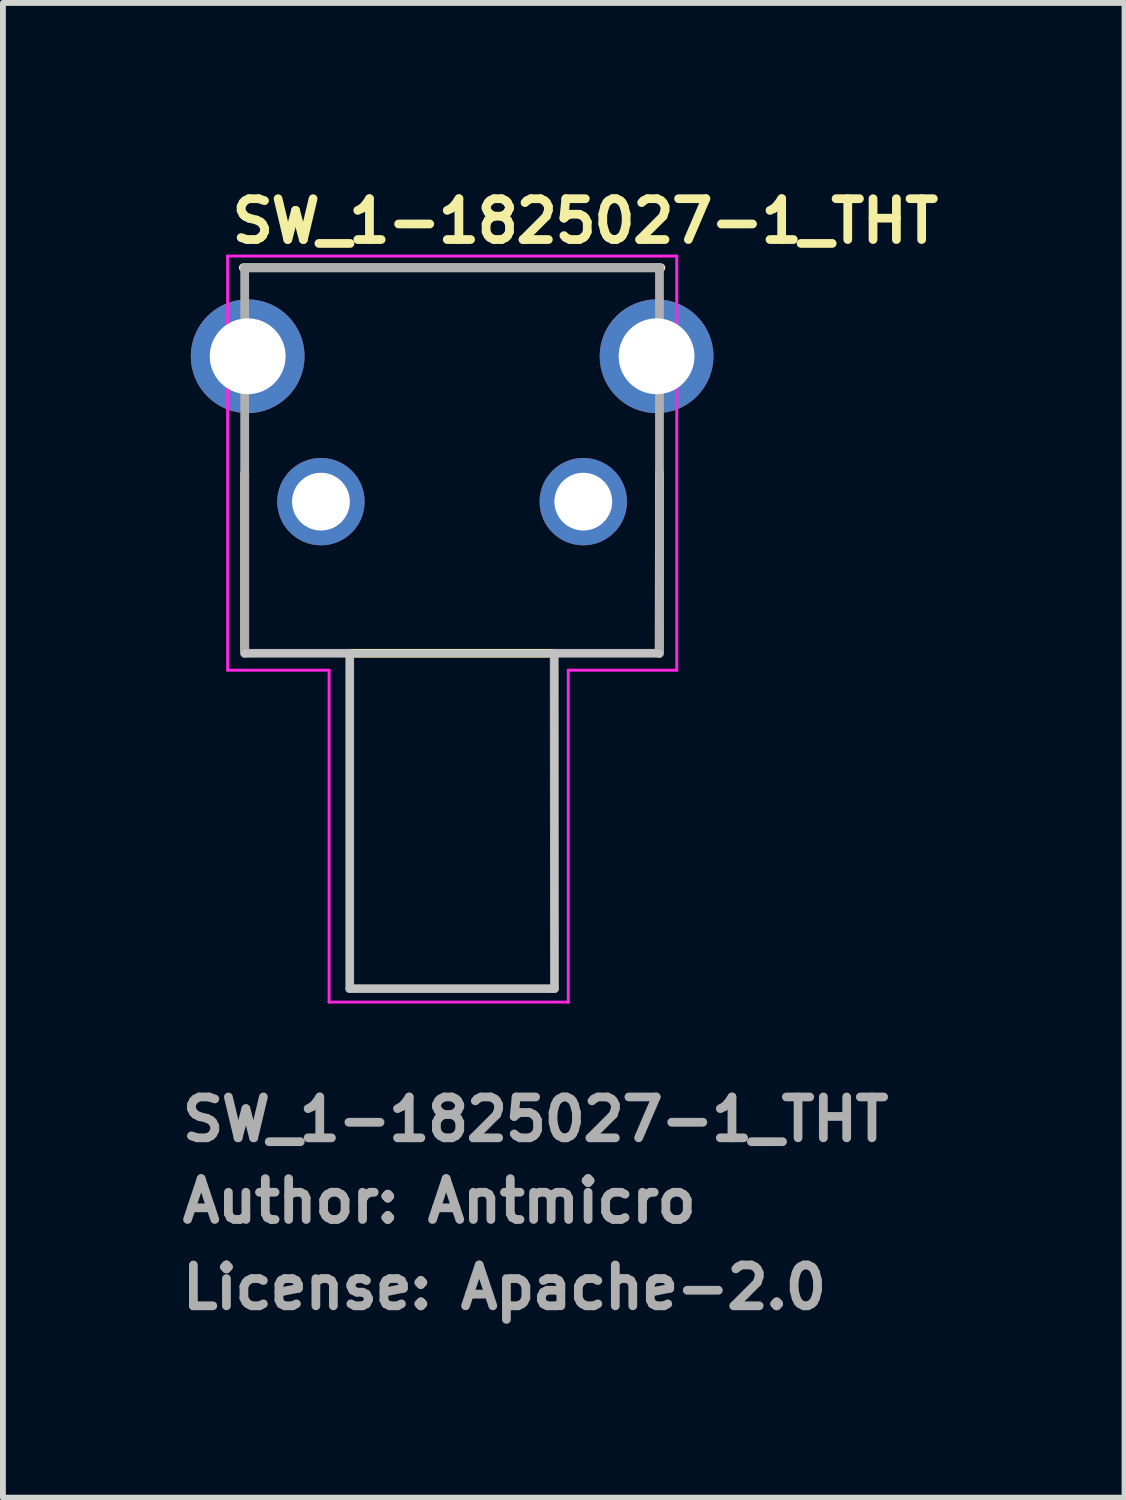
<source format=kicad_pcb>
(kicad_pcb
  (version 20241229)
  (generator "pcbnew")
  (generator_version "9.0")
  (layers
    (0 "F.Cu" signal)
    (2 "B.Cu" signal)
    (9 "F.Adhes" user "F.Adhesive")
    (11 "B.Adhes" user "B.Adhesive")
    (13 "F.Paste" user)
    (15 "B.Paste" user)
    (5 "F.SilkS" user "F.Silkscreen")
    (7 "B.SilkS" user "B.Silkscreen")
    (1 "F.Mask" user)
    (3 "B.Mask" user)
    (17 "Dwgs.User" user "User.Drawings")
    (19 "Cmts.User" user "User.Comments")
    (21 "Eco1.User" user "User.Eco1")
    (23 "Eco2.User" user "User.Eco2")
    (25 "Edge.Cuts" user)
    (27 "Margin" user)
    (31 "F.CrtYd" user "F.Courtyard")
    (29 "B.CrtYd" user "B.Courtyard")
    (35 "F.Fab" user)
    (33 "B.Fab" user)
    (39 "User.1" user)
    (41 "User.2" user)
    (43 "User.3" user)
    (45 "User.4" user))
  (footprint "SW_1-1825027-1_THT"
    (layer "F.Cu")
    (at 2.452 5.55)
    (property "Reference" "SW_1-1825027-1_THT" (at -1.6 -4.4 0) (layer "F.SilkS") (effects (font (size 0.7 0.7) (thickness 0.15)) (justify left bottom)))
    (attr through_hole)
    (fp_line (start -1.331 -4.01) (end 5.828 -4.01) (stroke (width 0.15) (type solid)) (layer "F.SilkS"))
    (fp_line (start -1.307 2.548) (end -1.307 -0.485) (stroke (width 0.15) (type solid)) (layer "F.SilkS"))
    (fp_line (start 4.004 2.6) (end 0.494 2.6) (stroke (width 0.15) (type solid)) (layer "F.SilkS"))
    (fp_line (start 5.804 -0.5) (end 5.799 2.6) (stroke (width 0.15) (type solid)) (layer "F.SilkS"))
    (fp_line (start 0.494 2.6) (end -1.307 2.6) (stroke (width 0.127) (type solid)) (layer "Dwgs.User"))
    (fp_line (start 0.494 2.6) (end 0.494 8.349) (stroke (width 0.127) (type solid)) (layer "Dwgs.User"))
    (fp_line (start 0.494 8.349) (end 4.004 8.349) (stroke (width 0.127) (type solid)) (layer "Dwgs.User"))
    (fp_line (start 4.004 2.6) (end 0.494 2.6) (stroke (width 0.127) (type solid)) (layer "Dwgs.User"))
    (fp_line (start 4.004 8.349) (end 4.004 2.6) (stroke (width 0.127) (type solid)) (layer "Dwgs.User"))
    (fp_line (start 5.799 2.6) (end 3.999 2.6) (stroke (width 0.127) (type solid)) (layer "Dwgs.User"))
    (fp_line (start -1.6 -4.21) (end -1.6 2.89) (stroke (width 0.05) (type solid)) (layer "F.CrtYd"))
    (fp_line (start -1.6 2.89) (end 0.14 2.89) (stroke (width 0.05) (type solid)) (layer "F.CrtYd"))
    (fp_line (start 0.14 2.89) (end 0.14 8.58) (stroke (width 0.05) (type solid)) (layer "F.CrtYd"))
    (fp_line (start 0.14 8.58) (end 4.24 8.58) (stroke (width 0.05) (type solid)) (layer "F.CrtYd"))
    (fp_line (start 4.24 2.89) (end 6.1 2.89) (stroke (width 0.05) (type solid)) (layer "F.CrtYd"))
    (fp_line (start 4.24 8.58) (end 4.24 2.89) (stroke (width 0.05) (type solid)) (layer "F.CrtYd"))
    (fp_line (start 6.1 -4.21) (end -1.6 -4.21) (stroke (width 0.05) (type solid)) (layer "F.CrtYd"))
    (fp_line (start 6.1 2.89) (end 6.1 -4.21) (stroke (width 0.05) (type solid)) (layer "F.CrtYd"))
    (fp_line (start -1.307 -4.01) (end 5.804 -4.01) (stroke (width 0.15) (type solid)) (layer "F.Fab"))
    (fp_line (start -1.307 2.6) (end -1.307 -4.01) (stroke (width 0.15) (type solid)) (layer "F.Fab"))
    (fp_line (start 0.494 2.6) (end -1.307 2.6) (stroke (width 0.15) (type solid)) (layer "F.Fab"))
    (fp_line (start 0.494 2.6) (end 0.494 8.349) (stroke (width 0.15) (type solid)) (layer "F.Fab"))
    (fp_line (start 0.494 8.349) (end 4.004 8.349) (stroke (width 0.15) (type solid)) (layer "F.Fab"))
    (fp_line (start 4.004 8.349) (end 3.999 2.6) (stroke (width 0.15) (type solid)) (layer "F.Fab"))
    (fp_line (start 5.799 2.6) (end 3.999 2.6) (stroke (width 0.15) (type solid)) (layer "F.Fab"))
    (fp_line (start 5.804 -4.01) (end 5.804 2.6) (stroke (width 0.15) (type solid)) (layer "F.Fab"))
    (fp_rect (start -1.954 -4.02) (end 6.453 8.351) (stroke (width 0.1) (type solid)) (fill no) (layer "User.5"))
    (fp_line (start -1.954 -2.991) (end -1.954 -2) (stroke (width 0.02) (type solid)) (layer "User.9"))
    (fp_line (start -1.954 -2.991) (end -1.861 -2.991) (stroke (width 0.02) (type solid)) (layer "User.9"))
    (fp_line (start -1.954 -2) (end -1.861 -2) (stroke (width 0.02) (type solid)) (layer "User.9"))
    (fp_line (start -1.911 -2.991) (end -1.861 -2.991) (stroke (width 0.02) (type solid)) (layer "User.9"))
    (fp_line (start -1.911 -2) (end -1.861 -2) (stroke (width 0.02) (type solid)) (layer "User.9"))
    (fp_line (start -1.861 -2.991) (end -1.329 -2.991) (stroke (width 0.02) (type solid)) (layer "User.9"))
    (fp_line (start -1.861 -2) (end -1.329 -2) (stroke (width 0.02) (type solid)) (layer "User.9"))
    (fp_line (start -1.329 -2.991) (end -1.307 -2.991) (stroke (width 0.02) (type solid)) (layer "User.9"))
    (fp_line (start -1.329 -2) (end -1.307 -2) (stroke (width 0.02) (type solid)) (layer "User.9"))
    (fp_line (start -1.307 -4.02) (end -1.307 -2.672) (stroke (width 0.02) (type solid)) (layer "User.9"))
    (fp_line (start -1.307 -2.672) (end -1.307 -1.073) (stroke (width 0.02) (type solid)) (layer "User.9"))
    (fp_line (start -1.307 -1.073) (end -1.307 -0.566) (stroke (width 0.02) (type solid)) (layer "User.9"))
    (fp_line (start -1.307 -0.591) (end -1.307 -0.566) (stroke (width 0.02) (type solid)) (layer "User.9"))
    (fp_line (start -1.307 2.152) (end -1.307 -0.566) (stroke (width 0.02) (type solid)) (layer "User.9"))
    (fp_line (start -1.307 2.152) (end -1.307 2.175) (stroke (width 0.02) (type solid)) (layer "User.9"))
    (fp_line (start -1.307 2.175) (end -1.305 2.196) (stroke (width 0.02) (type solid)) (layer "User.9"))
    (fp_line (start -1.305 -0.617) (end -1.307 -0.591) (stroke (width 0.02) (type solid)) (layer "User.9"))
    (fp_line (start -1.305 2.196) (end -1.303 2.217) (stroke (width 0.02) (type solid)) (layer "User.9"))
    (fp_line (start -1.303 2.217) (end -1.299 2.237) (stroke (width 0.02) (type solid)) (layer "User.9"))
    (fp_line (start -1.301 -0.643) (end -1.305 -0.617) (stroke (width 0.02) (type solid)) (layer "User.9"))
    (fp_line (start -1.299 2.237) (end -1.295 2.258) (stroke (width 0.02) (type solid)) (layer "User.9"))
    (fp_line (start -1.297 -0.668) (end -1.301 -0.643) (stroke (width 0.02) (type solid)) (layer "User.9"))
    (fp_line (start -1.295 2.258) (end -1.289 2.278) (stroke (width 0.02) (type solid)) (layer "User.9"))
    (fp_line (start -1.291 -0.693) (end -1.297 -0.668) (stroke (width 0.02) (type solid)) (layer "User.9"))
    (fp_line (start -1.289 2.278) (end -1.283 2.298) (stroke (width 0.02) (type solid)) (layer "User.9"))
    (fp_line (start -1.285 -0.716) (end -1.291 -0.693) (stroke (width 0.02) (type solid)) (layer "User.9"))
    (fp_line (start -1.283 2.298) (end -1.276 2.318) (stroke (width 0.02) (type solid)) (layer "User.9"))
    (fp_line (start -1.276 -0.739) (end -1.285 -0.716) (stroke (width 0.02) (type solid)) (layer "User.9"))
    (fp_line (start -1.276 2.318) (end -1.268 2.338) (stroke (width 0.02) (type solid)) (layer "User.9"))
    (fp_line (start -1.268 -0.762) (end -1.276 -0.739) (stroke (width 0.02) (type solid)) (layer "User.9"))
    (fp_line (start -1.268 2.338) (end -1.26 2.355) (stroke (width 0.02) (type solid)) (layer "User.9"))
    (fp_line (start -1.26 2.355) (end -1.25 2.374) (stroke (width 0.02) (type solid)) (layer "User.9"))
    (fp_line (start -1.256 -0.786) (end -1.268 -0.762) (stroke (width 0.02) (type solid)) (layer "User.9"))
    (fp_line (start -1.25 2.374) (end -1.24 2.391) (stroke (width 0.02) (type solid)) (layer "User.9"))
    (fp_line (start -1.246 -0.808) (end -1.256 -0.786) (stroke (width 0.02) (type solid)) (layer "User.9"))
    (fp_line (start -1.24 2.391) (end -1.228 2.41) (stroke (width 0.02) (type solid)) (layer "User.9"))
    (fp_line (start -1.234 -0.829) (end -1.246 -0.808) (stroke (width 0.02) (type solid)) (layer "User.9"))
    (fp_line (start -1.228 2.41) (end -1.216 2.426) (stroke (width 0.02) (type solid)) (layer "User.9"))
    (fp_line (start -1.22 -0.849) (end -1.234 -0.829) (stroke (width 0.02) (type solid)) (layer "User.9"))
    (fp_line (start -1.216 2.426) (end -1.204 2.442) (stroke (width 0.02) (type solid)) (layer "User.9"))
    (fp_line (start -1.206 -0.869) (end -1.22 -0.849) (stroke (width 0.02) (type solid)) (layer "User.9"))
    (fp_line (start -1.204 2.442) (end -1.19 2.458) (stroke (width 0.02) (type solid)) (layer "User.9"))
    (fp_line (start -1.19 -0.888) (end -1.206 -0.869) (stroke (width 0.02) (type solid)) (layer "User.9"))
    (fp_line (start -1.19 2.458) (end -1.176 2.472) (stroke (width 0.02) (type solid)) (layer "User.9"))
    (fp_line (start -1.176 -0.907) (end -1.19 -0.888) (stroke (width 0.02) (type solid)) (layer "User.9"))
    (fp_line (start -1.176 2.472) (end -1.162 2.487) (stroke (width 0.02) (type solid)) (layer "User.9"))
    (fp_line (start -1.162 2.487) (end -1.147 2.5) (stroke (width 0.02) (type solid)) (layer "User.9"))
    (fp_line (start -1.158 -0.925) (end -1.176 -0.907) (stroke (width 0.02) (type solid)) (layer "User.9"))
    (fp_line (start -1.147 2.5) (end -1.131 2.514) (stroke (width 0.02) (type solid)) (layer "User.9"))
    (fp_line (start -1.141 -0.942) (end -1.158 -0.925) (stroke (width 0.02) (type solid)) (layer "User.9"))
    (fp_line (start -1.131 2.514) (end -1.115 2.526) (stroke (width 0.02) (type solid)) (layer "User.9"))
    (fp_line (start -1.123 -0.958) (end -1.141 -0.942) (stroke (width 0.02) (type solid)) (layer "User.9"))
    (fp_line (start -1.115 2.526) (end -1.097 2.538) (stroke (width 0.02) (type solid)) (layer "User.9"))
    (fp_line (start -1.103 -0.972) (end -1.123 -0.958) (stroke (width 0.02) (type solid)) (layer "User.9"))
    (fp_line (start -1.097 2.538) (end -1.079 2.547) (stroke (width 0.02) (type solid)) (layer "User.9"))
    (fp_line (start -1.083 -0.986) (end -1.103 -0.972) (stroke (width 0.02) (type solid)) (layer "User.9"))
    (fp_line (start -1.079 2.547) (end -1.061 2.558) (stroke (width 0.02) (type solid)) (layer "User.9"))
    (fp_line (start -1.063 -0.999) (end -1.083 -0.986) (stroke (width 0.02) (type solid)) (layer "User.9"))
    (fp_line (start -1.061 2.558) (end -1.043 2.568) (stroke (width 0.02) (type solid)) (layer "User.9"))
    (fp_line (start -1.043 2.568) (end -1.024 2.576) (stroke (width 0.02) (type solid)) (layer "User.9"))
    (fp_line (start -1.041 -1.012) (end -1.063 -0.999) (stroke (width 0.02) (type solid)) (layer "User.9"))
    (fp_line (start -1.024 2.576) (end -1.004 2.583) (stroke (width 0.02) (type solid)) (layer "User.9"))
    (fp_line (start -1.02 -1.024) (end -1.041 -1.012) (stroke (width 0.02) (type solid)) (layer "User.9"))
    (fp_line (start -1.004 2.583) (end -0.984 2.589) (stroke (width 0.02) (type solid)) (layer "User.9"))
    (fp_line (start -0.996 -1.033) (end -1.02 -1.024) (stroke (width 0.02) (type solid)) (layer "User.9"))
    (fp_line (start -0.984 2.589) (end -0.964 2.596) (stroke (width 0.02) (type solid)) (layer "User.9"))
    (fp_line (start -0.973 -1.043) (end -0.996 -1.033) (stroke (width 0.02) (type solid)) (layer "User.9"))
    (fp_line (start -0.964 2.596) (end -0.944 2.6) (stroke (width 0.02) (type solid)) (layer "User.9"))
    (fp_line (start -0.951 -1.051) (end -0.973 -1.043) (stroke (width 0.02) (type solid)) (layer "User.9"))
    (fp_line (start -0.944 2.6) (end -0.923 2.604) (stroke (width 0.02) (type solid)) (layer "User.9"))
    (fp_line (start -0.926 -1.057) (end -0.951 -1.051) (stroke (width 0.02) (type solid)) (layer "User.9"))
    (fp_line (start -0.923 2.604) (end -0.901 2.607) (stroke (width 0.02) (type solid)) (layer "User.9"))
    (fp_line (start -0.902 -1.063) (end -0.926 -1.057) (stroke (width 0.02) (type solid)) (layer "User.9"))
    (fp_line (start -0.901 -4.02) (end -1.307 -4.02) (stroke (width 0.02) (type solid)) (layer "User.9"))
    (fp_line (start -0.901 -4.02) (end -0.901 -2.672) (stroke (width 0.02) (type solid)) (layer "User.9"))
    (fp_line (start -0.901 -2.672) (end -1.307 -2.672) (stroke (width 0.02) (type solid)) (layer "User.9"))
    (fp_line (start -0.901 -2.672) (end -0.901 -1.073) (stroke (width 0.02) (type solid)) (layer "User.9"))
    (fp_line (start -0.901 -1.073) (end -0.901 -1.063) (stroke (width 0.02) (type solid)) (layer "User.9"))
    (fp_line (start -0.901 -0.576) (end -0.901 -0.571) (stroke (width 0.02) (type solid)) (layer "User.9"))
    (fp_line (start -0.901 -0.571) (end -0.901 -0.566) (stroke (width 0.02) (type solid)) (layer "User.9"))
    (fp_line (start -0.901 -0.566) (end -0.898 -0.59) (stroke (width 0.02) (type solid)) (layer "User.9"))
    (fp_line (start -0.901 2.152) (end -0.901 -0.566) (stroke (width 0.02) (type solid)) (layer "User.9"))
    (fp_line (start -0.901 2.152) (end -0.901 2.156) (stroke (width 0.02) (type solid)) (layer "User.9"))
    (fp_line (start -0.901 2.155) (end -0.901 2.152) (stroke (width 0.02) (type solid)) (layer "User.9"))
    (fp_line (start -0.901 2.156) (end -0.901 2.155) (stroke (width 0.02) (type solid)) (layer "User.9"))
    (fp_line (start -0.901 2.156) (end -0.901 2.156) (stroke (width 0.02) (type solid)) (layer "User.9"))
    (fp_line (start -0.901 2.156) (end -0.901 2.157) (stroke (width 0.02) (type solid)) (layer "User.9"))
    (fp_line (start -0.901 2.157) (end -0.901 2.16) (stroke (width 0.02) (type solid)) (layer "User.9"))
    (fp_line (start -0.901 2.159) (end -0.901 2.156) (stroke (width 0.02) (type solid)) (layer "User.9"))
    (fp_line (start -0.901 2.16) (end -0.901 2.159) (stroke (width 0.02) (type solid)) (layer "User.9"))
    (fp_line (start -0.901 2.16) (end -0.9 2.163) (stroke (width 0.02) (type solid)) (layer "User.9"))
    (fp_line (start -0.901 2.607) (end -0.849 2.609) (stroke (width 0.02) (type solid)) (layer "User.9"))
    (fp_line (start -0.9 -0.58) (end -0.901 -0.576) (stroke (width 0.02) (type solid)) (layer "User.9"))
    (fp_line (start -0.9 2.161) (end -0.901 2.16) (stroke (width 0.02) (type solid)) (layer "User.9"))
    (fp_line (start -0.9 2.163) (end -0.9 2.161) (stroke (width 0.02) (type solid)) (layer "User.9"))
    (fp_line (start -0.9 2.163) (end -0.9 2.165) (stroke (width 0.02) (type solid)) (layer "User.9"))
    (fp_line (start -0.9 2.164) (end -0.9 2.163) (stroke (width 0.02) (type solid)) (layer "User.9"))
    (fp_line (start -0.9 2.165) (end -0.899 2.168) (stroke (width 0.02) (type solid)) (layer "User.9"))
    (fp_line (start -0.899 -0.585) (end -0.9 -0.58) (stroke (width 0.02) (type solid)) (layer "User.9"))
    (fp_line (start -0.899 2.165) (end -0.9 2.164) (stroke (width 0.02) (type solid)) (layer "User.9"))
    (fp_line (start -0.899 2.167) (end -0.899 2.165) (stroke (width 0.02) (type solid)) (layer "User.9"))
    (fp_line (start -0.899 2.168) (end -0.899 2.167) (stroke (width 0.02) (type solid)) (layer "User.9"))
    (fp_line (start -0.899 2.168) (end -0.898 2.169) (stroke (width 0.02) (type solid)) (layer "User.9"))
    (fp_line (start -0.898 -0.59) (end -0.899 -0.585) (stroke (width 0.02) (type solid)) (layer "User.9"))
    (fp_line (start -0.898 2.169) (end -0.899 2.168) (stroke (width 0.02) (type solid)) (layer "User.9"))
    (fp_line (start -0.898 2.169) (end -0.896 2.172) (stroke (width 0.02) (type solid)) (layer "User.9"))
    (fp_line (start -0.898 2.171) (end -0.898 2.169) (stroke (width 0.02) (type solid)) (layer "User.9"))
    (fp_line (start -0.896 -0.595) (end -0.898 -0.59) (stroke (width 0.02) (type solid)) (layer "User.9"))
    (fp_line (start -0.896 2.172) (end -0.898 2.171) (stroke (width 0.02) (type solid)) (layer "User.9"))
    (fp_line (start -0.896 2.172) (end -0.895 2.175) (stroke (width 0.02) (type solid)) (layer "User.9"))
    (fp_line (start -0.896 2.173) (end -0.896 2.172) (stroke (width 0.02) (type solid)) (layer "User.9"))
    (fp_line (start -0.895 2.175) (end -0.894 2.177) (stroke (width 0.02) (type solid)) (layer "User.9"))
    (fp_line (start -0.895 2.176) (end -0.896 2.173) (stroke (width 0.02) (type solid)) (layer "User.9"))
    (fp_line (start -0.894 -0.6) (end -0.896 -0.595) (stroke (width 0.02) (type solid)) (layer "User.9"))
    (fp_line (start -0.894 2.177) (end -0.893 2.178) (stroke (width 0.02) (type solid)) (layer "User.9"))
    (fp_line (start -0.893 2.178) (end -0.891 2.181) (stroke (width 0.02) (type solid)) (layer "User.9"))
    (fp_line (start -0.892 -0.604) (end -0.894 -0.6) (stroke (width 0.02) (type solid)) (layer "User.9"))
    (fp_line (start -0.891 2.181) (end -0.89 2.184) (stroke (width 0.02) (type solid)) (layer "User.9"))
    (fp_line (start -0.89 -0.609) (end -0.892 -0.604) (stroke (width 0.02) (type solid)) (layer "User.9"))
    (fp_line (start -0.89 2.184) (end -0.888 2.185) (stroke (width 0.02) (type solid)) (layer "User.9"))
    (fp_line (start -0.888 -0.613) (end -0.89 -0.609) (stroke (width 0.02) (type solid)) (layer "User.9"))
    (fp_line (start -0.888 2.185) (end -0.887 2.186) (stroke (width 0.02) (type solid)) (layer "User.9"))
    (fp_line (start -0.887 2.186) (end -0.885 2.189) (stroke (width 0.02) (type solid)) (layer "User.9"))
    (fp_line (start -0.885 -0.617) (end -0.888 -0.613) (stroke (width 0.02) (type solid)) (layer "User.9"))
    (fp_line (start -0.885 2.189) (end -0.883 2.19) (stroke (width 0.02) (type solid)) (layer "User.9"))
    (fp_line (start -0.883 -0.622) (end -0.885 -0.617) (stroke (width 0.02) (type solid)) (layer "User.9"))
    (fp_line (start -0.883 2.19) (end -0.881 2.193) (stroke (width 0.02) (type solid)) (layer "User.9"))
    (fp_line (start -0.881 2.193) (end -0.879 2.193) (stroke (width 0.02) (type solid)) (layer "User.9"))
    (fp_line (start -0.88 -0.625) (end -0.883 -0.622) (stroke (width 0.02) (type solid)) (layer "User.9"))
    (fp_line (start -0.879 2.193) (end -0.877 2.196) (stroke (width 0.02) (type solid)) (layer "User.9"))
    (fp_line (start -0.877 -0.629) (end -0.88 -0.625) (stroke (width 0.02) (type solid)) (layer "User.9"))
    (fp_line (start -0.877 2.196) (end -0.878 2.194) (stroke (width 0.02) (type solid)) (layer "User.9"))
    (fp_line (start -0.877 2.196) (end -0.875 2.197) (stroke (width 0.02) (type solid)) (layer "User.9"))
    (fp_line (start -0.876 -1.067) (end -0.902 -1.063) (stroke (width 0.02) (type solid)) (layer "User.9"))
    (fp_line (start -0.875 2.197) (end -0.877 2.196) (stroke (width 0.02) (type solid)) (layer "User.9"))
    (fp_line (start -0.875 2.197) (end -0.873 2.197) (stroke (width 0.02) (type solid)) (layer "User.9"))
    (fp_line (start -0.874 -0.633) (end -0.877 -0.629) (stroke (width 0.02) (type solid)) (layer "User.9"))
    (fp_line (start -0.873 2.197) (end -0.875 2.197) (stroke (width 0.02) (type solid)) (layer "User.9"))
    (fp_line (start -0.873 2.197) (end -0.871 2.198) (stroke (width 0.02) (type solid)) (layer "User.9"))
    (fp_line (start -0.871 2.198) (end -0.873 2.197) (stroke (width 0.02) (type solid)) (layer "User.9"))
    (fp_line (start -0.871 2.198) (end -0.868 2.2) (stroke (width 0.02) (type solid)) (layer "User.9"))
    (fp_line (start -0.87 -0.637) (end -0.874 -0.633) (stroke (width 0.02) (type solid)) (layer "User.9"))
    (fp_line (start -0.87 2.2) (end -0.871 2.198) (stroke (width 0.02) (type solid)) (layer "User.9"))
    (fp_line (start -0.868 2.2) (end -0.87 2.2) (stroke (width 0.02) (type solid)) (layer "User.9"))
    (fp_line (start -0.868 2.2) (end -0.866 2.201) (stroke (width 0.02) (type solid)) (layer "User.9"))
    (fp_line (start -0.867 -0.64) (end -0.87 -0.637) (stroke (width 0.02) (type solid)) (layer "User.9"))
    (fp_line (start -0.866 2.201) (end -0.868 2.2) (stroke (width 0.02) (type solid)) (layer "User.9"))
    (fp_line (start -0.866 2.201) (end -0.864 2.201) (stroke (width 0.02) (type solid)) (layer "User.9"))
    (fp_line (start -0.864 2.201) (end -0.866 2.201) (stroke (width 0.02) (type solid)) (layer "User.9"))
    (fp_line (start -0.864 2.201) (end -0.861 2.202) (stroke (width 0.02) (type solid)) (layer "User.9"))
    (fp_line (start -0.863 -0.644) (end -0.867 -0.64) (stroke (width 0.02) (type solid)) (layer "User.9"))
    (fp_line (start -0.863 2.201) (end -0.864 2.201) (stroke (width 0.02) (type solid)) (layer "User.9"))
    (fp_line (start -0.861 2.202) (end -0.863 2.201) (stroke (width 0.02) (type solid)) (layer "User.9"))
    (fp_line (start -0.861 2.202) (end -0.859 2.202) (stroke (width 0.02) (type solid)) (layer "User.9"))
    (fp_line (start -0.859 -0.647) (end -0.863 -0.644) (stroke (width 0.02) (type solid)) (layer "User.9"))
    (fp_line (start -0.859 2.202) (end -0.861 2.202) (stroke (width 0.02) (type solid)) (layer "User.9"))
    (fp_line (start -0.859 2.202) (end -0.857 2.204) (stroke (width 0.02) (type solid)) (layer "User.9"))
    (fp_line (start -0.857 2.202) (end -0.859 2.202) (stroke (width 0.02) (type solid)) (layer "User.9"))
    (fp_line (start -0.857 2.204) (end -0.854 2.204) (stroke (width 0.02) (type solid)) (layer "User.9"))
    (fp_line (start -0.855 -0.65) (end -0.859 -0.647) (stroke (width 0.02) (type solid)) (layer "User.9"))
    (fp_line (start -0.855 2.204) (end -0.857 2.202) (stroke (width 0.02) (type solid)) (layer "User.9"))
    (fp_line (start -0.854 2.204) (end -0.852 2.204) (stroke (width 0.02) (type solid)) (layer "User.9"))
    (fp_line (start -0.853 2.204) (end -0.855 2.204) (stroke (width 0.02) (type solid)) (layer "User.9"))
    (fp_line (start -0.852 2.204) (end -0.849 2.204) (stroke (width 0.02) (type solid)) (layer "User.9"))
    (fp_line (start -0.851 -0.653) (end -0.855 -0.65) (stroke (width 0.02) (type solid)) (layer "User.9"))
    (fp_line (start -0.851 2.204) (end -0.853 2.204) (stroke (width 0.02) (type solid)) (layer "User.9"))
    (fp_line (start -0.85 -1.071) (end -0.876 -1.067) (stroke (width 0.02) (type solid)) (layer "User.9"))
    (fp_line (start -0.849 2.204) (end -0.851 2.204) (stroke (width 0.02) (type solid)) (layer "User.9"))
    (fp_line (start -0.849 2.204) (end -0.748 2.204) (stroke (width 0.02) (type solid)) (layer "User.9"))
    (fp_line (start -0.849 2.609) (end -0.901 2.607) (stroke (width 0.02) (type solid)) (layer "User.9"))
    (fp_line (start -0.847 -0.655) (end -0.851 -0.653) (stroke (width 0.02) (type solid)) (layer "User.9"))
    (fp_line (start -0.843 -0.657) (end -0.847 -0.655) (stroke (width 0.02) (type solid)) (layer "User.9"))
    (fp_line (start -0.838 -0.659) (end -0.843 -0.657) (stroke (width 0.02) (type solid)) (layer "User.9"))
    (fp_line (start -0.833 -0.661) (end -0.838 -0.659) (stroke (width 0.02) (type solid)) (layer "User.9"))
    (fp_line (start -0.83 -0.663) (end -0.833 -0.661) (stroke (width 0.02) (type solid)) (layer "User.9"))
    (fp_line (start -0.826 -1.073) (end -0.85 -1.071) (stroke (width 0.02) (type solid)) (layer "User.9"))
    (fp_line (start -0.825 -0.664) (end -0.83 -0.663) (stroke (width 0.02) (type solid)) (layer "User.9"))
    (fp_line (start -0.82 -0.665) (end -0.825 -0.664) (stroke (width 0.02) (type solid)) (layer "User.9"))
    (fp_line (start -0.815 -0.666) (end -0.82 -0.665) (stroke (width 0.02) (type solid)) (layer "User.9"))
    (fp_line (start -0.81 -0.667) (end -0.815 -0.666) (stroke (width 0.02) (type solid)) (layer "User.9"))
    (fp_line (start -0.805 -0.667) (end -0.81 -0.667) (stroke (width 0.02) (type solid)) (layer "User.9"))
    (fp_line (start -0.8 -1.073) (end -0.826 -1.073) (stroke (width 0.02) (type solid)) (layer "User.9"))
    (fp_line (start -0.8 -1.073) (end -0.748 -1.073) (stroke (width 0.02) (type solid)) (layer "User.9"))
    (fp_line (start -0.8 -0.667) (end -0.805 -0.667) (stroke (width 0.02) (type solid)) (layer "User.9"))
    (fp_line (start -0.8 -0.667) (end -0.748 -0.667) (stroke (width 0.02) (type solid)) (layer "User.9"))
    (fp_line (start -0.748 -1.073) (end -0.748 2.204) (stroke (width 0.02) (type solid)) (layer "User.9"))
    (fp_line (start -0.748 2.204) (end -0.748 2.609) (stroke (width 0.02) (type solid)) (layer "User.9"))
    (fp_line (start -0.748 2.204) (end 5.246 2.204) (stroke (width 0.02) (type solid)) (layer "User.9"))
    (fp_line (start -0.748 2.609) (end -0.849 2.609) (stroke (width 0.02) (type solid)) (layer "User.9"))
    (fp_line (start -0.291 2.609) (end -0.291 2.914) (stroke (width 0.02) (type solid)) (layer "User.9"))
    (fp_line (start -0.279 2.914) (end -0.291 2.914) (stroke (width 0.02) (type solid)) (layer "User.9"))
    (fp_line (start -0.279 2.914) (end -0.279 2.914) (stroke (width 0.02) (type solid)) (layer "User.9"))
    (fp_line (start -0.24 2.914) (end -0.279 2.914) (stroke (width 0.02) (type solid)) (layer "User.9"))
    (fp_line (start -0.24 2.914) (end -0.24 2.914) (stroke (width 0.02) (type solid)) (layer "User.9"))
    (fp_line (start -0.18 2.914) (end -0.24 2.914) (stroke (width 0.02) (type solid)) (layer "User.9"))
    (fp_line (start -0.18 2.914) (end -0.18 2.914) (stroke (width 0.02) (type solid)) (layer "User.9"))
    (fp_line (start -0.1 2.914) (end -0.18 2.914) (stroke (width 0.02) (type solid)) (layer "User.9"))
    (fp_line (start -0.1 2.914) (end -0.1 2.914) (stroke (width 0.02) (type solid)) (layer "User.9"))
    (fp_line (start -0.003 2.914) (end -0.1 2.914) (stroke (width 0.02) (type solid)) (layer "User.9"))
    (fp_line (start -0.003 2.914) (end -0.003 2.914) (stroke (width 0.02) (type solid)) (layer "User.9"))
    (fp_line (start 0.104 2.914) (end -0.003 2.914) (stroke (width 0.02) (type solid)) (layer "User.9"))
    (fp_line (start 0.104 2.914) (end 0.104 2.914) (stroke (width 0.02) (type solid)) (layer "User.9"))
    (fp_line (start 0.216 2.914) (end 0.104 2.914) (stroke (width 0.02) (type solid)) (layer "User.9"))
    (fp_line (start 0.216 2.914) (end 0.216 2.914) (stroke (width 0.02) (type solid)) (layer "User.9"))
    (fp_line (start 0.437 2.914) (end 0.216 2.914) (stroke (width 0.02) (type solid)) (layer "User.9"))
    (fp_line (start 0.437 2.914) (end 0.437 2.914) (stroke (width 0.02) (type solid)) (layer "User.9"))
    (fp_line (start 0.534 2.914) (end 0.437 2.914) (stroke (width 0.02) (type solid)) (layer "User.9"))
    (fp_line (start 0.534 2.914) (end 0.534 2.914) (stroke (width 0.02) (type solid)) (layer "User.9"))
    (fp_line (start 0.614 2.914) (end 0.534 2.914) (stroke (width 0.02) (type solid)) (layer "User.9"))
    (fp_line (start 0.614 2.914) (end 0.614 2.914) (stroke (width 0.02) (type solid)) (layer "User.9"))
    (fp_line (start 0.649 8.153) (end 0.504 2.914) (stroke (width 0.02) (type solid)) (layer "User.9"))
    (fp_line (start 0.649 8.153) (end 0.65 8.163) (stroke (width 0.02) (type solid)) (layer "User.9"))
    (fp_line (start 0.65 8.163) (end 0.651 8.172) (stroke (width 0.02) (type solid)) (layer "User.9"))
    (fp_line (start 0.651 8.172) (end 0.652 8.182) (stroke (width 0.02) (type solid)) (layer "User.9"))
    (fp_line (start 0.652 8.182) (end 0.654 8.192) (stroke (width 0.02) (type solid)) (layer "User.9"))
    (fp_line (start 0.654 8.192) (end 0.657 8.202) (stroke (width 0.02) (type solid)) (layer "User.9"))
    (fp_line (start 0.657 8.202) (end 0.66 8.211) (stroke (width 0.02) (type solid)) (layer "User.9"))
    (fp_line (start 0.66 8.211) (end 0.663 8.22) (stroke (width 0.02) (type solid)) (layer "User.9"))
    (fp_line (start 0.663 8.22) (end 0.667 8.23) (stroke (width 0.02) (type solid)) (layer "User.9"))
    (fp_line (start 0.667 8.23) (end 0.671 8.239) (stroke (width 0.02) (type solid)) (layer "User.9"))
    (fp_line (start 0.671 8.239) (end 0.676 8.247) (stroke (width 0.02) (type solid)) (layer "User.9"))
    (fp_line (start 0.675 2.914) (end 0.614 2.914) (stroke (width 0.02) (type solid)) (layer "User.9"))
    (fp_line (start 0.675 2.914) (end 0.675 2.914) (stroke (width 0.02) (type solid)) (layer "User.9"))
    (fp_line (start 0.676 8.247) (end 0.681 8.256) (stroke (width 0.02) (type solid)) (layer "User.9"))
    (fp_line (start 0.681 8.256) (end 0.686 8.263) (stroke (width 0.02) (type solid)) (layer "User.9"))
    (fp_line (start 0.686 8.263) (end 0.692 8.272) (stroke (width 0.02) (type solid)) (layer "User.9"))
    (fp_line (start 0.692 8.272) (end 0.698 8.278) (stroke (width 0.02) (type solid)) (layer "User.9"))
    (fp_line (start 0.698 8.278) (end 0.703 8.285) (stroke (width 0.02) (type solid)) (layer "User.9"))
    (fp_line (start 0.703 8.285) (end 0.71 8.293) (stroke (width 0.02) (type solid)) (layer "User.9"))
    (fp_line (start 0.71 8.293) (end 0.717 8.3) (stroke (width 0.02) (type solid)) (layer "User.9"))
    (fp_line (start 0.712 2.914) (end 0.675 2.914) (stroke (width 0.02) (type solid)) (layer "User.9"))
    (fp_line (start 0.712 2.914) (end 0.712 2.914) (stroke (width 0.02) (type solid)) (layer "User.9"))
    (fp_line (start 0.717 8.3) (end 0.724 8.306) (stroke (width 0.02) (type solid)) (layer "User.9"))
    (fp_line (start 0.724 2.609) (end 0.724 2.914) (stroke (width 0.02) (type solid)) (layer "User.9"))
    (fp_line (start 0.724 2.914) (end 0.712 2.914) (stroke (width 0.02) (type solid)) (layer "User.9"))
    (fp_line (start 0.724 8.306) (end 0.732 8.311) (stroke (width 0.02) (type solid)) (layer "User.9"))
    (fp_line (start 0.732 8.311) (end 0.74 8.316) (stroke (width 0.02) (type solid)) (layer "User.9"))
    (fp_line (start 0.74 8.316) (end 0.748 8.322) (stroke (width 0.02) (type solid)) (layer "User.9"))
    (fp_line (start 0.748 8.322) (end 0.756 8.326) (stroke (width 0.02) (type solid)) (layer "User.9"))
    (fp_line (start 0.756 8.326) (end 0.765 8.33) (stroke (width 0.02) (type solid)) (layer "User.9"))
    (fp_line (start 0.765 8.33) (end 0.775 8.335) (stroke (width 0.02) (type solid)) (layer "User.9"))
    (fp_line (start 0.775 8.335) (end 0.784 8.339) (stroke (width 0.02) (type solid)) (layer "User.9"))
    (fp_line (start 0.784 8.339) (end 0.793 8.342) (stroke (width 0.02) (type solid)) (layer "User.9"))
    (fp_line (start 0.793 8.342) (end 0.803 8.345) (stroke (width 0.02) (type solid)) (layer "User.9"))
    (fp_line (start 0.803 8.345) (end 0.812 8.346) (stroke (width 0.02) (type solid)) (layer "User.9"))
    (fp_line (start 0.812 8.346) (end 0.822 8.348) (stroke (width 0.02) (type solid)) (layer "User.9"))
    (fp_line (start 0.822 8.348) (end 0.832 8.349) (stroke (width 0.02) (type solid)) (layer "User.9"))
    (fp_line (start 0.832 8.349) (end 0.841 8.349) (stroke (width 0.02) (type solid)) (layer "User.9"))
    (fp_line (start 0.841 8.349) (end 0.851 8.351) (stroke (width 0.02) (type solid)) (layer "User.9"))
    (fp_line (start 0.851 8.351) (end 0.886 8.351) (stroke (width 0.02) (type solid)) (layer "User.9"))
    (fp_line (start 0.886 8.351) (end 0.851 8.351) (stroke (width 0.02) (type solid)) (layer "User.9"))
    (fp_line (start 0.886 8.351) (end 0.886 8.351) (stroke (width 0.02) (type solid)) (layer "User.9"))
    (fp_line (start 0.886 8.351) (end 0.886 8.351) (stroke (width 0.02) (type solid)) (layer "User.9"))
    (fp_line (start 0.886 8.351) (end 0.99 8.351) (stroke (width 0.02) (type solid)) (layer "User.9"))
    (fp_line (start 0.99 8.351) (end 0.886 8.351) (stroke (width 0.02) (type solid)) (layer "User.9"))
    (fp_line (start 0.99 8.351) (end 0.99 8.351) (stroke (width 0.02) (type solid)) (layer "User.9"))
    (fp_line (start 0.99 8.351) (end 0.99 8.351) (stroke (width 0.02) (type solid)) (layer "User.9"))
    (fp_line (start 0.99 8.351) (end 1.157 8.351) (stroke (width 0.02) (type solid)) (layer "User.9"))
    (fp_line (start 1.157 8.351) (end 0.99 8.351) (stroke (width 0.02) (type solid)) (layer "User.9"))
    (fp_line (start 1.157 8.351) (end 1.157 8.351) (stroke (width 0.02) (type solid)) (layer "User.9"))
    (fp_line (start 1.157 8.351) (end 1.157 8.351) (stroke (width 0.02) (type solid)) (layer "User.9"))
    (fp_line (start 1.157 8.351) (end 1.378 8.351) (stroke (width 0.02) (type solid)) (layer "User.9"))
    (fp_line (start 1.378 8.351) (end 1.157 8.351) (stroke (width 0.02) (type solid)) (layer "User.9"))
    (fp_line (start 1.378 8.351) (end 1.378 8.351) (stroke (width 0.02) (type solid)) (layer "User.9"))
    (fp_line (start 1.378 8.351) (end 1.378 8.351) (stroke (width 0.02) (type solid)) (layer "User.9"))
    (fp_line (start 1.378 8.351) (end 1.642 8.351) (stroke (width 0.02) (type solid)) (layer "User.9"))
    (fp_line (start 1.642 8.351) (end 1.378 8.351) (stroke (width 0.02) (type solid)) (layer "User.9"))
    (fp_line (start 1.642 8.351) (end 1.642 8.351) (stroke (width 0.02) (type solid)) (layer "User.9"))
    (fp_line (start 1.642 8.351) (end 1.642 8.351) (stroke (width 0.02) (type solid)) (layer "User.9"))
    (fp_line (start 1.642 8.351) (end 1.939 8.351) (stroke (width 0.02) (type solid)) (layer "User.9"))
    (fp_line (start 1.939 8.351) (end 1.642 8.351) (stroke (width 0.02) (type solid)) (layer "User.9"))
    (fp_line (start 1.939 8.351) (end 1.939 8.351) (stroke (width 0.02) (type solid)) (layer "User.9"))
    (fp_line (start 1.939 8.351) (end 1.939 8.351) (stroke (width 0.02) (type solid)) (layer "User.9"))
    (fp_line (start 1.939 8.351) (end 2.249 8.351) (stroke (width 0.02) (type solid)) (layer "User.9"))
    (fp_line (start 2.249 8.351) (end 1.939 8.351) (stroke (width 0.02) (type solid)) (layer "User.9"))
    (fp_line (start 2.249 8.351) (end 2.249 8.351) (stroke (width 0.02) (type solid)) (layer "User.9"))
    (fp_line (start 2.249 8.351) (end 2.249 8.351) (stroke (width 0.02) (type solid)) (layer "User.9"))
    (fp_line (start 2.249 8.351) (end 2.56 8.351) (stroke (width 0.02) (type solid)) (layer "User.9"))
    (fp_line (start 2.56 8.351) (end 2.249 8.351) (stroke (width 0.02) (type solid)) (layer "User.9"))
    (fp_line (start 2.56 8.351) (end 2.56 8.351) (stroke (width 0.02) (type solid)) (layer "User.9"))
    (fp_line (start 2.56 8.351) (end 2.56 8.351) (stroke (width 0.02) (type solid)) (layer "User.9"))
    (fp_line (start 2.56 8.351) (end 2.855 8.351) (stroke (width 0.02) (type solid)) (layer "User.9"))
    (fp_line (start 2.855 8.351) (end 2.56 8.351) (stroke (width 0.02) (type solid)) (layer "User.9"))
    (fp_line (start 2.855 8.351) (end 2.855 8.351) (stroke (width 0.02) (type solid)) (layer "User.9"))
    (fp_line (start 2.855 8.351) (end 2.855 8.351) (stroke (width 0.02) (type solid)) (layer "User.9"))
    (fp_line (start 2.855 8.351) (end 3.12 8.351) (stroke (width 0.02) (type solid)) (layer "User.9"))
    (fp_line (start 3.12 8.351) (end 2.855 8.351) (stroke (width 0.02) (type solid)) (layer "User.9"))
    (fp_line (start 3.12 8.351) (end 3.12 8.351) (stroke (width 0.02) (type solid)) (layer "User.9"))
    (fp_line (start 3.12 8.351) (end 3.12 8.351) (stroke (width 0.02) (type solid)) (layer "User.9"))
    (fp_line (start 3.12 8.351) (end 3.342 8.351) (stroke (width 0.02) (type solid)) (layer "User.9"))
    (fp_line (start 3.342 8.351) (end 3.12 8.351) (stroke (width 0.02) (type solid)) (layer "User.9"))
    (fp_line (start 3.342 8.351) (end 3.342 8.351) (stroke (width 0.02) (type solid)) (layer "User.9"))
    (fp_line (start 3.342 8.351) (end 3.342 8.351) (stroke (width 0.02) (type solid)) (layer "User.9"))
    (fp_line (start 3.342 8.351) (end 3.507 8.351) (stroke (width 0.02) (type solid)) (layer "User.9"))
    (fp_line (start 3.507 8.351) (end 3.342 8.351) (stroke (width 0.02) (type solid)) (layer "User.9"))
    (fp_line (start 3.507 8.351) (end 3.507 8.351) (stroke (width 0.02) (type solid)) (layer "User.9"))
    (fp_line (start 3.507 8.351) (end 3.507 8.351) (stroke (width 0.02) (type solid)) (layer "User.9"))
    (fp_line (start 3.507 8.351) (end 3.612 8.351) (stroke (width 0.02) (type solid)) (layer "User.9"))
    (fp_line (start 3.612 8.351) (end 3.507 8.351) (stroke (width 0.02) (type solid)) (layer "User.9"))
    (fp_line (start 3.612 8.351) (end 3.612 8.351) (stroke (width 0.02) (type solid)) (layer "User.9"))
    (fp_line (start 3.612 8.351) (end 3.612 8.351) (stroke (width 0.02) (type solid)) (layer "User.9"))
    (fp_line (start 3.612 8.351) (end 3.647 8.351) (stroke (width 0.02) (type solid)) (layer "User.9"))
    (fp_line (start 3.647 8.351) (end 3.612 8.351) (stroke (width 0.02) (type solid)) (layer "User.9"))
    (fp_line (start 3.656 8.349) (end 3.647 8.351) (stroke (width 0.02) (type solid)) (layer "User.9"))
    (fp_line (start 3.667 8.349) (end 3.656 8.349) (stroke (width 0.02) (type solid)) (layer "User.9"))
    (fp_line (start 3.676 8.348) (end 3.667 8.349) (stroke (width 0.02) (type solid)) (layer "User.9"))
    (fp_line (start 3.687 8.346) (end 3.676 8.348) (stroke (width 0.02) (type solid)) (layer "User.9"))
    (fp_line (start 3.696 8.345) (end 3.687 8.346) (stroke (width 0.02) (type solid)) (layer "User.9"))
    (fp_line (start 3.705 8.342) (end 3.696 8.345) (stroke (width 0.02) (type solid)) (layer "User.9"))
    (fp_line (start 3.714 8.339) (end 3.705 8.342) (stroke (width 0.02) (type solid)) (layer "User.9"))
    (fp_line (start 3.724 8.335) (end 3.714 8.339) (stroke (width 0.02) (type solid)) (layer "User.9"))
    (fp_line (start 3.733 8.33) (end 3.724 8.335) (stroke (width 0.02) (type solid)) (layer "User.9"))
    (fp_line (start 3.741 8.326) (end 3.733 8.33) (stroke (width 0.02) (type solid)) (layer "User.9"))
    (fp_line (start 3.749 8.322) (end 3.741 8.326) (stroke (width 0.02) (type solid)) (layer "User.9"))
    (fp_line (start 3.757 8.316) (end 3.749 8.322) (stroke (width 0.02) (type solid)) (layer "User.9"))
    (fp_line (start 3.765 8.311) (end 3.757 8.316) (stroke (width 0.02) (type solid)) (layer "User.9"))
    (fp_line (start 3.773 2.609) (end 3.773 2.914) (stroke (width 0.02) (type solid)) (layer "User.9"))
    (fp_line (start 3.773 8.306) (end 3.765 8.311) (stroke (width 0.02) (type solid)) (layer "User.9"))
    (fp_line (start 3.781 8.3) (end 3.773 8.306) (stroke (width 0.02) (type solid)) (layer "User.9"))
    (fp_line (start 3.785 2.914) (end 3.773 2.914) (stroke (width 0.02) (type solid)) (layer "User.9"))
    (fp_line (start 3.785 2.914) (end 3.785 2.914) (stroke (width 0.02) (type solid)) (layer "User.9"))
    (fp_line (start 3.788 8.293) (end 3.781 8.3) (stroke (width 0.02) (type solid)) (layer "User.9"))
    (fp_line (start 3.794 8.285) (end 3.788 8.293) (stroke (width 0.02) (type solid)) (layer "User.9"))
    (fp_line (start 3.801 8.278) (end 3.794 8.285) (stroke (width 0.02) (type solid)) (layer "User.9"))
    (fp_line (start 3.806 8.272) (end 3.801 8.278) (stroke (width 0.02) (type solid)) (layer "User.9"))
    (fp_line (start 3.813 8.263) (end 3.806 8.272) (stroke (width 0.02) (type solid)) (layer "User.9"))
    (fp_line (start 3.817 8.256) (end 3.813 8.263) (stroke (width 0.02) (type solid)) (layer "User.9"))
    (fp_line (start 3.822 8.247) (end 3.817 8.256) (stroke (width 0.02) (type solid)) (layer "User.9"))
    (fp_line (start 3.824 2.914) (end 3.785 2.914) (stroke (width 0.02) (type solid)) (layer "User.9"))
    (fp_line (start 3.824 2.914) (end 3.824 2.914) (stroke (width 0.02) (type solid)) (layer "User.9"))
    (fp_line (start 3.828 8.239) (end 3.822 8.247) (stroke (width 0.02) (type solid)) (layer "User.9"))
    (fp_line (start 3.832 8.23) (end 3.828 8.239) (stroke (width 0.02) (type solid)) (layer "User.9"))
    (fp_line (start 3.836 8.22) (end 3.832 8.23) (stroke (width 0.02) (type solid)) (layer "User.9"))
    (fp_line (start 3.838 8.211) (end 3.836 8.22) (stroke (width 0.02) (type solid)) (layer "User.9"))
    (fp_line (start 3.842 8.202) (end 3.838 8.211) (stroke (width 0.02) (type solid)) (layer "User.9"))
    (fp_line (start 3.845 8.192) (end 3.842 8.202) (stroke (width 0.02) (type solid)) (layer "User.9"))
    (fp_line (start 3.846 8.182) (end 3.845 8.192) (stroke (width 0.02) (type solid)) (layer "User.9"))
    (fp_line (start 3.847 8.172) (end 3.846 8.182) (stroke (width 0.02) (type solid)) (layer "User.9"))
    (fp_line (start 3.849 8.163) (end 3.847 8.172) (stroke (width 0.02) (type solid)) (layer "User.9"))
    (fp_line (start 3.85 8.153) (end 3.849 8.163) (stroke (width 0.02) (type solid)) (layer "User.9"))
    (fp_line (start 3.85 8.153) (end 3.994 2.914) (stroke (width 0.02) (type solid)) (layer "User.9"))
    (fp_line (start 3.883 2.914) (end 3.824 2.914) (stroke (width 0.02) (type solid)) (layer "User.9"))
    (fp_line (start 3.883 2.914) (end 3.883 2.914) (stroke (width 0.02) (type solid)) (layer "User.9"))
    (fp_line (start 3.965 2.914) (end 3.883 2.914) (stroke (width 0.02) (type solid)) (layer "User.9"))
    (fp_line (start 3.965 2.914) (end 3.965 2.914) (stroke (width 0.02) (type solid)) (layer "User.9"))
    (fp_line (start 4.06 2.914) (end 3.965 2.914) (stroke (width 0.02) (type solid)) (layer "User.9"))
    (fp_line (start 4.06 2.914) (end 4.06 2.914) (stroke (width 0.02) (type solid)) (layer "User.9"))
    (fp_line (start 4.168 2.914) (end 4.06 2.914) (stroke (width 0.02) (type solid)) (layer "User.9"))
    (fp_line (start 4.168 2.914) (end 4.168 2.914) (stroke (width 0.02) (type solid)) (layer "User.9"))
    (fp_line (start 4.28 2.914) (end 4.168 2.914) (stroke (width 0.02) (type solid)) (layer "User.9"))
    (fp_line (start 4.28 2.914) (end 4.28 2.914) (stroke (width 0.02) (type solid)) (layer "User.9"))
    (fp_line (start 4.501 2.914) (end 4.28 2.914) (stroke (width 0.02) (type solid)) (layer "User.9"))
    (fp_line (start 4.501 2.914) (end 4.501 2.914) (stroke (width 0.02) (type solid)) (layer "User.9"))
    (fp_line (start 4.597 2.914) (end 4.501 2.914) (stroke (width 0.02) (type solid)) (layer "User.9"))
    (fp_line (start 4.597 2.914) (end 4.597 2.914) (stroke (width 0.02) (type solid)) (layer "User.9"))
    (fp_line (start 4.679 2.914) (end 4.597 2.914) (stroke (width 0.02) (type solid)) (layer "User.9"))
    (fp_line (start 4.679 2.914) (end 4.679 2.914) (stroke (width 0.02) (type solid)) (layer "User.9"))
    (fp_line (start 4.738 2.914) (end 4.679 2.914) (stroke (width 0.02) (type solid)) (layer "User.9"))
    (fp_line (start 4.738 2.914) (end 4.738 2.914) (stroke (width 0.02) (type solid)) (layer "User.9"))
    (fp_line (start 4.777 2.914) (end 4.738 2.914) (stroke (width 0.02) (type solid)) (layer "User.9"))
    (fp_line (start 4.777 2.914) (end 4.777 2.914) (stroke (width 0.02) (type solid)) (layer "User.9"))
    (fp_line (start 4.788 2.609) (end 4.788 2.914) (stroke (width 0.02) (type solid)) (layer "User.9"))
    (fp_line (start 4.788 2.914) (end 4.777 2.914) (stroke (width 0.02) (type solid)) (layer "User.9"))
    (fp_line (start 5.246 -1.073) (end -0.748 -1.073) (stroke (width 0.02) (type solid)) (layer "User.9"))
    (fp_line (start 5.246 -1.073) (end 5.296 -1.073) (stroke (width 0.02) (type solid)) (layer "User.9"))
    (fp_line (start 5.246 -0.667) (end 5.296 -0.667) (stroke (width 0.02) (type solid)) (layer "User.9"))
    (fp_line (start 5.246 2.204) (end -0.748 2.204) (stroke (width 0.02) (type solid)) (layer "User.9"))
    (fp_line (start 5.246 2.204) (end 5.246 -1.073) (stroke (width 0.02) (type solid)) (layer "User.9"))
    (fp_line (start 5.246 2.204) (end 5.246 2.609) (stroke (width 0.02) (type solid)) (layer "User.9"))
    (fp_line (start 5.246 2.204) (end 5.347 2.204) (stroke (width 0.02) (type solid)) (layer "User.9"))
    (fp_line (start 5.246 2.609) (end -0.748 2.609) (stroke (width 0.02) (type solid)) (layer "User.9"))
    (fp_line (start 5.302 -0.667) (end 5.296 -0.667) (stroke (width 0.02) (type solid)) (layer "User.9"))
    (fp_line (start 5.307 -0.667) (end 5.302 -0.667) (stroke (width 0.02) (type solid)) (layer "User.9"))
    (fp_line (start 5.312 -0.666) (end 5.307 -0.667) (stroke (width 0.02) (type solid)) (layer "User.9"))
    (fp_line (start 5.318 -0.665) (end 5.312 -0.666) (stroke (width 0.02) (type solid)) (layer "User.9"))
    (fp_line (start 5.323 -1.073) (end 5.296 -1.073) (stroke (width 0.02) (type solid)) (layer "User.9"))
    (fp_line (start 5.323 -0.664) (end 5.318 -0.665) (stroke (width 0.02) (type solid)) (layer "User.9"))
    (fp_line (start 5.328 -0.663) (end 5.323 -0.664) (stroke (width 0.02) (type solid)) (layer "User.9"))
    (fp_line (start 5.331 -0.661) (end 5.328 -0.663) (stroke (width 0.02) (type solid)) (layer "User.9"))
    (fp_line (start 5.336 -0.659) (end 5.331 -0.661) (stroke (width 0.02) (type solid)) (layer "User.9"))
    (fp_line (start 5.342 -0.657) (end 5.336 -0.659) (stroke (width 0.02) (type solid)) (layer "User.9"))
    (fp_line (start 5.345 -0.655) (end 5.342 -0.657) (stroke (width 0.02) (type solid)) (layer "User.9"))
    (fp_line (start 5.347 2.204) (end 5.35 2.204) (stroke (width 0.02) (type solid)) (layer "User.9"))
    (fp_line (start 5.347 2.609) (end 5.246 2.609) (stroke (width 0.02) (type solid)) (layer "User.9"))
    (fp_line (start 5.347 2.609) (end 5.398 2.607) (stroke (width 0.02) (type solid)) (layer "User.9"))
    (fp_line (start 5.349 -1.071) (end 5.323 -1.073) (stroke (width 0.02) (type solid)) (layer "User.9"))
    (fp_line (start 5.35 -0.653) (end 5.345 -0.655) (stroke (width 0.02) (type solid)) (layer "User.9"))
    (fp_line (start 5.35 2.204) (end 5.347 2.204) (stroke (width 0.02) (type solid)) (layer "User.9"))
    (fp_line (start 5.35 2.204) (end 5.35 2.204) (stroke (width 0.02) (type solid)) (layer "User.9"))
    (fp_line (start 5.35 2.204) (end 5.352 2.204) (stroke (width 0.02) (type solid)) (layer "User.9"))
    (fp_line (start 5.352 2.204) (end 5.35 2.204) (stroke (width 0.02) (type solid)) (layer "User.9"))
    (fp_line (start 5.352 2.204) (end 5.355 2.204) (stroke (width 0.02) (type solid)) (layer "User.9"))
    (fp_line (start 5.353 -0.65) (end 5.35 -0.653) (stroke (width 0.02) (type solid)) (layer "User.9"))
    (fp_line (start 5.353 2.204) (end 5.352 2.204) (stroke (width 0.02) (type solid)) (layer "User.9"))
    (fp_line (start 5.355 2.202) (end 5.353 2.204) (stroke (width 0.02) (type solid)) (layer "User.9"))
    (fp_line (start 5.355 2.202) (end 5.355 2.202) (stroke (width 0.02) (type solid)) (layer "User.9"))
    (fp_line (start 5.355 2.204) (end 5.358 2.202) (stroke (width 0.02) (type solid)) (layer "User.9"))
    (fp_line (start 5.358 -0.647) (end 5.353 -0.65) (stroke (width 0.02) (type solid)) (layer "User.9"))
    (fp_line (start 5.358 2.202) (end 5.355 2.202) (stroke (width 0.02) (type solid)) (layer "User.9"))
    (fp_line (start 5.358 2.202) (end 5.358 2.202) (stroke (width 0.02) (type solid)) (layer "User.9"))
    (fp_line (start 5.358 2.202) (end 5.36 2.202) (stroke (width 0.02) (type solid)) (layer "User.9"))
    (fp_line (start 5.36 2.201) (end 5.358 2.202) (stroke (width 0.02) (type solid)) (layer "User.9"))
    (fp_line (start 5.36 2.202) (end 5.363 2.201) (stroke (width 0.02) (type solid)) (layer "User.9"))
    (fp_line (start 5.361 -0.644) (end 5.358 -0.647) (stroke (width 0.02) (type solid)) (layer "User.9"))
    (fp_line (start 5.361 2.201) (end 5.36 2.201) (stroke (width 0.02) (type solid)) (layer "User.9"))
    (fp_line (start 5.363 2.201) (end 5.361 2.201) (stroke (width 0.02) (type solid)) (layer "User.9"))
    (fp_line (start 5.363 2.201) (end 5.363 2.201) (stroke (width 0.02) (type solid)) (layer "User.9"))
    (fp_line (start 5.363 2.201) (end 5.365 2.201) (stroke (width 0.02) (type solid)) (layer "User.9"))
    (fp_line (start 5.365 2.201) (end 5.366 2.2) (stroke (width 0.02) (type solid)) (layer "User.9"))
    (fp_line (start 5.366 -0.64) (end 5.361 -0.644) (stroke (width 0.02) (type solid)) (layer "User.9"))
    (fp_line (start 5.366 2.2) (end 5.366 2.201) (stroke (width 0.02) (type solid)) (layer "User.9"))
    (fp_line (start 5.366 2.2) (end 5.369 2.198) (stroke (width 0.02) (type solid)) (layer "User.9"))
    (fp_line (start 5.366 2.201) (end 5.363 2.201) (stroke (width 0.02) (type solid)) (layer "User.9"))
    (fp_line (start 5.368 -0.637) (end 5.366 -0.64) (stroke (width 0.02) (type solid)) (layer "User.9"))
    (fp_line (start 5.368 2.2) (end 5.366 2.2) (stroke (width 0.02) (type solid)) (layer "User.9"))
    (fp_line (start 5.369 2.198) (end 5.368 2.2) (stroke (width 0.02) (type solid)) (layer "User.9"))
    (fp_line (start 5.369 2.198) (end 5.371 2.197) (stroke (width 0.02) (type solid)) (layer "User.9"))
    (fp_line (start 5.371 2.197) (end 5.374 2.197) (stroke (width 0.02) (type solid)) (layer "User.9"))
    (fp_line (start 5.373 -0.633) (end 5.368 -0.637) (stroke (width 0.02) (type solid)) (layer "User.9"))
    (fp_line (start 5.374 -1.067) (end 5.349 -1.071) (stroke (width 0.02) (type solid)) (layer "User.9"))
    (fp_line (start 5.374 2.197) (end 5.376 2.196) (stroke (width 0.02) (type solid)) (layer "User.9"))
    (fp_line (start 5.376 -0.629) (end 5.373 -0.633) (stroke (width 0.02) (type solid)) (layer "User.9"))
    (fp_line (start 5.376 2.196) (end 5.378 2.193) (stroke (width 0.02) (type solid)) (layer "User.9"))
    (fp_line (start 5.378 2.193) (end 5.379 2.193) (stroke (width 0.02) (type solid)) (layer "User.9"))
    (fp_line (start 5.379 -0.625) (end 5.376 -0.629) (stroke (width 0.02) (type solid)) (layer "User.9"))
    (fp_line (start 5.379 2.193) (end 5.381 2.19) (stroke (width 0.02) (type solid)) (layer "User.9"))
    (fp_line (start 5.381 -0.622) (end 5.379 -0.625) (stroke (width 0.02) (type solid)) (layer "User.9"))
    (fp_line (start 5.381 2.19) (end 5.384 2.189) (stroke (width 0.02) (type solid)) (layer "User.9"))
    (fp_line (start 5.384 -0.617) (end 5.381 -0.622) (stroke (width 0.02) (type solid)) (layer "User.9"))
    (fp_line (start 5.384 2.189) (end 5.386 2.186) (stroke (width 0.02) (type solid)) (layer "User.9"))
    (fp_line (start 5.386 2.186) (end 5.387 2.185) (stroke (width 0.02) (type solid)) (layer "User.9"))
    (fp_line (start 5.387 -0.613) (end 5.384 -0.617) (stroke (width 0.02) (type solid)) (layer "User.9"))
    (fp_line (start 5.387 2.185) (end 5.389 2.184) (stroke (width 0.02) (type solid)) (layer "User.9"))
    (fp_line (start 5.389 -0.609) (end 5.387 -0.613) (stroke (width 0.02) (type solid)) (layer "User.9"))
    (fp_line (start 5.389 2.181) (end 5.389 2.182) (stroke (width 0.02) (type solid)) (layer "User.9"))
    (fp_line (start 5.389 2.181) (end 5.392 2.18) (stroke (width 0.02) (type solid)) (layer "User.9"))
    (fp_line (start 5.389 2.184) (end 5.389 2.181) (stroke (width 0.02) (type solid)) (layer "User.9"))
    (fp_line (start 5.39 -0.604) (end 5.389 -0.609) (stroke (width 0.02) (type solid)) (layer "User.9"))
    (fp_line (start 5.392 -0.6) (end 5.39 -0.604) (stroke (width 0.02) (type solid)) (layer "User.9"))
    (fp_line (start 5.392 2.177) (end 5.392 2.18) (stroke (width 0.02) (type solid)) (layer "User.9"))
    (fp_line (start 5.392 2.177) (end 5.394 2.175) (stroke (width 0.02) (type solid)) (layer "User.9"))
    (fp_line (start 5.392 2.18) (end 5.389 2.181) (stroke (width 0.02) (type solid)) (layer "User.9"))
    (fp_line (start 5.392 2.18) (end 5.392 2.177) (stroke (width 0.02) (type solid)) (layer "User.9"))
    (fp_line (start 5.394 2.173) (end 5.394 2.176) (stroke (width 0.02) (type solid)) (layer "User.9"))
    (fp_line (start 5.394 2.175) (end 5.395 2.172) (stroke (width 0.02) (type solid)) (layer "User.9"))
    (fp_line (start 5.394 2.176) (end 5.392 2.177) (stroke (width 0.02) (type solid)) (layer "User.9"))
    (fp_line (start 5.395 -0.595) (end 5.392 -0.6) (stroke (width 0.02) (type solid)) (layer "User.9"))
    (fp_line (start 5.395 -0.59) (end 5.395 -0.595) (stroke (width 0.02) (type solid)) (layer "User.9"))
    (fp_line (start 5.395 -0.59) (end 5.398 -0.566) (stroke (width 0.02) (type solid)) (layer "User.9"))
    (fp_line (start 5.395 2.171) (end 5.395 2.172) (stroke (width 0.02) (type solid)) (layer "User.9"))
    (fp_line (start 5.395 2.171) (end 5.397 2.168) (stroke (width 0.02) (type solid)) (layer "User.9"))
    (fp_line (start 5.395 2.172) (end 5.394 2.173) (stroke (width 0.02) (type solid)) (layer "User.9"))
    (fp_line (start 5.395 2.172) (end 5.395 2.171) (stroke (width 0.02) (type solid)) (layer "User.9"))
    (fp_line (start 5.397 -0.585) (end 5.395 -0.59) (stroke (width 0.02) (type solid)) (layer "User.9"))
    (fp_line (start 5.397 -0.58) (end 5.397 -0.585) (stroke (width 0.02) (type solid)) (layer "User.9"))
    (fp_line (start 5.397 2.16) (end 5.397 2.163) (stroke (width 0.02) (type solid)) (layer "User.9"))
    (fp_line (start 5.397 2.163) (end 5.397 2.164) (stroke (width 0.02) (type solid)) (layer "User.9"))
    (fp_line (start 5.397 2.163) (end 5.398 2.16) (stroke (width 0.02) (type solid)) (layer "User.9"))
    (fp_line (start 5.397 2.164) (end 5.397 2.167) (stroke (width 0.02) (type solid)) (layer "User.9"))
    (fp_line (start 5.397 2.165) (end 5.397 2.163) (stroke (width 0.02) (type solid)) (layer "User.9"))
    (fp_line (start 5.397 2.167) (end 5.397 2.168) (stroke (width 0.02) (type solid)) (layer "User.9"))
    (fp_line (start 5.397 2.168) (end 5.395 2.171) (stroke (width 0.02) (type solid)) (layer "User.9"))
    (fp_line (start 5.397 2.168) (end 5.397 2.165) (stroke (width 0.02) (type solid)) (layer "User.9"))
    (fp_line (start 5.398 -4.02) (end 5.398 -2.672) (stroke (width 0.02) (type solid)) (layer "User.9"))
    (fp_line (start 5.398 -4.02) (end 5.804 -4.02) (stroke (width 0.02) (type solid)) (layer "User.9"))
    (fp_line (start 5.398 -2.672) (end 5.398 -1.073) (stroke (width 0.02) (type solid)) (layer "User.9"))
    (fp_line (start 5.398 -2.672) (end 5.804 -2.672) (stroke (width 0.02) (type solid)) (layer "User.9"))
    (fp_line (start 5.398 -1.073) (end 5.398 -1.063) (stroke (width 0.02) (type solid)) (layer "User.9"))
    (fp_line (start 5.398 -0.576) (end 5.397 -0.58) (stroke (width 0.02) (type solid)) (layer "User.9"))
    (fp_line (start 5.398 -0.571) (end 5.398 -0.576) (stroke (width 0.02) (type solid)) (layer "User.9"))
    (fp_line (start 5.398 -0.566) (end 5.398 -0.571) (stroke (width 0.02) (type solid)) (layer "User.9"))
    (fp_line (start 5.398 -0.566) (end 5.398 2.152) (stroke (width 0.02) (type solid)) (layer "User.9"))
    (fp_line (start 5.398 2.152) (end 5.398 2.155) (stroke (width 0.02) (type solid)) (layer "User.9"))
    (fp_line (start 5.398 2.155) (end 5.398 2.156) (stroke (width 0.02) (type solid)) (layer "User.9"))
    (fp_line (start 5.398 2.156) (end 5.398 2.152) (stroke (width 0.02) (type solid)) (layer "User.9"))
    (fp_line (start 5.398 2.156) (end 5.398 2.159) (stroke (width 0.02) (type solid)) (layer "User.9"))
    (fp_line (start 5.398 2.157) (end 5.398 2.156) (stroke (width 0.02) (type solid)) (layer "User.9"))
    (fp_line (start 5.398 2.159) (end 5.397 2.16) (stroke (width 0.02) (type solid)) (layer "User.9"))
    (fp_line (start 5.398 2.16) (end 5.398 2.157) (stroke (width 0.02) (type solid)) (layer "User.9"))
    (fp_line (start 5.398 2.607) (end 5.347 2.609) (stroke (width 0.02) (type solid)) (layer "User.9"))
    (fp_line (start 5.398 2.607) (end 5.421 2.604) (stroke (width 0.02) (type solid)) (layer "User.9"))
    (fp_line (start 5.4 -1.063) (end 5.374 -1.067) (stroke (width 0.02) (type solid)) (layer "User.9"))
    (fp_line (start 5.421 2.604) (end 5.442 2.6) (stroke (width 0.02) (type solid)) (layer "User.9"))
    (fp_line (start 5.424 -1.057) (end 5.4 -1.063) (stroke (width 0.02) (type solid)) (layer "User.9"))
    (fp_line (start 5.442 2.6) (end 5.462 2.596) (stroke (width 0.02) (type solid)) (layer "User.9"))
    (fp_line (start 5.448 -1.051) (end 5.424 -1.057) (stroke (width 0.02) (type solid)) (layer "User.9"))
    (fp_line (start 5.462 2.596) (end 5.483 2.589) (stroke (width 0.02) (type solid)) (layer "User.9"))
    (fp_line (start 5.472 -1.043) (end 5.448 -1.051) (stroke (width 0.02) (type solid)) (layer "User.9"))
    (fp_line (start 5.483 2.589) (end 5.502 2.583) (stroke (width 0.02) (type solid)) (layer "User.9"))
    (fp_line (start 5.494 -1.033) (end 5.472 -1.043) (stroke (width 0.02) (type solid)) (layer "User.9"))
    (fp_line (start 5.502 2.583) (end 5.522 2.576) (stroke (width 0.02) (type solid)) (layer "User.9"))
    (fp_line (start 5.517 -1.024) (end 5.494 -1.033) (stroke (width 0.02) (type solid)) (layer "User.9"))
    (fp_line (start 5.522 2.576) (end 5.541 2.568) (stroke (width 0.02) (type solid)) (layer "User.9"))
    (fp_line (start 5.539 -1.012) (end 5.517 -1.024) (stroke (width 0.02) (type solid)) (layer "User.9"))
    (fp_line (start 5.541 2.568) (end 5.56 2.558) (stroke (width 0.02) (type solid)) (layer "User.9"))
    (fp_line (start 5.56 -0.999) (end 5.539 -1.012) (stroke (width 0.02) (type solid)) (layer "User.9"))
    (fp_line (start 5.56 2.558) (end 5.578 2.547) (stroke (width 0.02) (type solid)) (layer "User.9"))
    (fp_line (start 5.578 2.547) (end 5.595 2.538) (stroke (width 0.02) (type solid)) (layer "User.9"))
    (fp_line (start 5.581 -0.986) (end 5.56 -0.999) (stroke (width 0.02) (type solid)) (layer "User.9"))
    (fp_line (start 5.595 2.538) (end 5.613 2.526) (stroke (width 0.02) (type solid)) (layer "User.9"))
    (fp_line (start 5.6 -0.972) (end 5.581 -0.986) (stroke (width 0.02) (type solid)) (layer "User.9"))
    (fp_line (start 5.613 2.526) (end 5.629 2.514) (stroke (width 0.02) (type solid)) (layer "User.9"))
    (fp_line (start 5.621 -0.958) (end 5.6 -0.972) (stroke (width 0.02) (type solid)) (layer "User.9"))
    (fp_line (start 5.629 2.514) (end 5.645 2.5) (stroke (width 0.02) (type solid)) (layer "User.9"))
    (fp_line (start 5.639 -0.942) (end 5.621 -0.958) (stroke (width 0.02) (type solid)) (layer "User.9"))
    (fp_line (start 5.645 2.5) (end 5.66 2.487) (stroke (width 0.02) (type solid)) (layer "User.9"))
    (fp_line (start 5.656 -0.925) (end 5.639 -0.942) (stroke (width 0.02) (type solid)) (layer "User.9"))
    (fp_line (start 5.66 2.487) (end 5.674 2.472) (stroke (width 0.02) (type solid)) (layer "User.9"))
    (fp_line (start 5.674 -0.907) (end 5.656 -0.925) (stroke (width 0.02) (type solid)) (layer "User.9"))
    (fp_line (start 5.674 2.472) (end 5.688 2.458) (stroke (width 0.02) (type solid)) (layer "User.9"))
    (fp_line (start 5.688 -0.888) (end 5.674 -0.907) (stroke (width 0.02) (type solid)) (layer "User.9"))
    (fp_line (start 5.688 2.458) (end 5.701 2.442) (stroke (width 0.02) (type solid)) (layer "User.9"))
    (fp_line (start 5.701 2.442) (end 5.714 2.426) (stroke (width 0.02) (type solid)) (layer "User.9"))
    (fp_line (start 5.704 -0.869) (end 5.688 -0.888) (stroke (width 0.02) (type solid)) (layer "User.9"))
    (fp_line (start 5.714 2.426) (end 5.727 2.41) (stroke (width 0.02) (type solid)) (layer "User.9"))
    (fp_line (start 5.719 -0.849) (end 5.704 -0.869) (stroke (width 0.02) (type solid)) (layer "User.9"))
    (fp_line (start 5.727 2.41) (end 5.738 2.391) (stroke (width 0.02) (type solid)) (layer "User.9"))
    (fp_line (start 5.732 -0.829) (end 5.719 -0.849) (stroke (width 0.02) (type solid)) (layer "User.9"))
    (fp_line (start 5.738 2.391) (end 5.748 2.374) (stroke (width 0.02) (type solid)) (layer "User.9"))
    (fp_line (start 5.743 -0.808) (end 5.732 -0.829) (stroke (width 0.02) (type solid)) (layer "User.9"))
    (fp_line (start 5.748 2.374) (end 5.757 2.355) (stroke (width 0.02) (type solid)) (layer "User.9"))
    (fp_line (start 5.754 -0.786) (end 5.743 -0.808) (stroke (width 0.02) (type solid)) (layer "User.9"))
    (fp_line (start 5.757 2.355) (end 5.767 2.338) (stroke (width 0.02) (type solid)) (layer "User.9"))
    (fp_line (start 5.765 -0.762) (end 5.754 -0.786) (stroke (width 0.02) (type solid)) (layer "User.9"))
    (fp_line (start 5.767 2.338) (end 5.775 2.318) (stroke (width 0.02) (type solid)) (layer "User.9"))
    (fp_line (start 5.775 -0.739) (end 5.765 -0.762) (stroke (width 0.02) (type solid)) (layer "User.9"))
    (fp_line (start 5.775 2.318) (end 5.781 2.298) (stroke (width 0.02) (type solid)) (layer "User.9"))
    (fp_line (start 5.781 2.298) (end 5.788 2.278) (stroke (width 0.02) (type solid)) (layer "User.9"))
    (fp_line (start 5.783 -0.716) (end 5.775 -0.739) (stroke (width 0.02) (type solid)) (layer "User.9"))
    (fp_line (start 5.788 2.278) (end 5.793 2.258) (stroke (width 0.02) (type solid)) (layer "User.9"))
    (fp_line (start 5.789 -0.693) (end 5.783 -0.716) (stroke (width 0.02) (type solid)) (layer "User.9"))
    (fp_line (start 5.793 2.258) (end 5.797 2.237) (stroke (width 0.02) (type solid)) (layer "User.9"))
    (fp_line (start 5.794 -0.668) (end 5.789 -0.693) (stroke (width 0.02) (type solid)) (layer "User.9"))
    (fp_line (start 5.797 2.237) (end 5.801 2.217) (stroke (width 0.02) (type solid)) (layer "User.9"))
    (fp_line (start 5.799 -0.643) (end 5.794 -0.668) (stroke (width 0.02) (type solid)) (layer "User.9"))
    (fp_line (start 5.801 2.217) (end 5.802 2.196) (stroke (width 0.02) (type solid)) (layer "User.9"))
    (fp_line (start 5.802 -0.617) (end 5.799 -0.643) (stroke (width 0.02) (type solid)) (layer "User.9"))
    (fp_line (start 5.802 2.196) (end 5.804 2.175) (stroke (width 0.02) (type solid)) (layer "User.9"))
    (fp_line (start 5.804 -4.02) (end 5.804 -2.672) (stroke (width 0.02) (type solid)) (layer "User.9"))
    (fp_line (start 5.804 -2.672) (end 5.804 -1.073) (stroke (width 0.02) (type solid)) (layer "User.9"))
    (fp_line (start 5.804 -1.073) (end 5.804 -0.566) (stroke (width 0.02) (type solid)) (layer "User.9"))
    (fp_line (start 5.804 -0.591) (end 5.802 -0.617) (stroke (width 0.02) (type solid)) (layer "User.9"))
    (fp_line (start 5.804 -0.566) (end 5.804 -0.591) (stroke (width 0.02) (type solid)) (layer "User.9"))
    (fp_line (start 5.804 -0.566) (end 5.804 -0.59) (stroke (width 0.02) (type solid)) (layer "User.9"))
    (fp_line (start 5.804 -0.566) (end 5.804 2.152) (stroke (width 0.02) (type solid)) (layer "User.9"))
    (fp_line (start 5.804 2.175) (end 5.804 2.152) (stroke (width 0.02) (type solid)) (layer "User.9"))
    (fp_line (start 5.828 -2.991) (end 5.804 -2.991) (stroke (width 0.02) (type solid)) (layer "User.9"))
    (fp_line (start 5.828 -2) (end 5.804 -2) (stroke (width 0.02) (type solid)) (layer "User.9"))
    (fp_line (start 6.358 -2.991) (end 5.828 -2.991) (stroke (width 0.02) (type solid)) (layer "User.9"))
    (fp_line (start 6.358 -2) (end 5.828 -2) (stroke (width 0.02) (type solid)) (layer "User.9"))
    (fp_line (start 6.453 -2.991) (end 6.358 -2.991) (stroke (width 0.02) (type solid)) (layer "User.9"))
    (fp_line (start 6.453 -2.991) (end 6.453 -2) (stroke (width 0.02) (type solid)) (layer "User.9"))
    (fp_line (start 6.453 -2) (end 6.358 -2) (stroke (width 0.02) (type solid)) (layer "User.9"))
    (fp_text user "${REFERENCE}" (at -2.452 11 0) (layer "F.Fab") (effects (font (size 0.7 0.7) (thickness 0.15)) (justify left bottom)))
    (fp_text user "License: Apache-2.0" (at -2.452 13.88 0) (layer "F.Fab") (effects (font (size 0.7 0.7) (thickness 0.15)) (justify left bottom)))
    (fp_text user "Author: Antmicro" (at -2.452 12.4 0) (layer "F.Fab") (effects (font (size 0.7 0.7) (thickness 0.15)) (justify left bottom)))
    (pad "1" thru_hole circle (at 0 0) (size 1.498 1.498) (drill 0.99) (layers "*.Cu" "*.Mask"))
    (pad "2" thru_hole circle (at 4.498 0) (size 1.498 1.498) (drill 0.99) (layers "*.Cu" "*.Mask"))
    (pad "SH" thru_hole circle (at -1.256 -2.492) (size 1.95 1.95) (drill 1.3) (layers "*.Cu" "*.Mask"))
    (pad "SH" thru_hole circle (at 5.754 -2.492) (size 1.95 1.95) (drill 1.3) (layers "*.Cu" "*.Mask")))
  (gr_rect
    (start -3 -3)
    (end 16.229 22.625)
    (stroke (width 0.1) (type default))
    (fill no)
    (layer "Edge.Cuts")))
</source>
